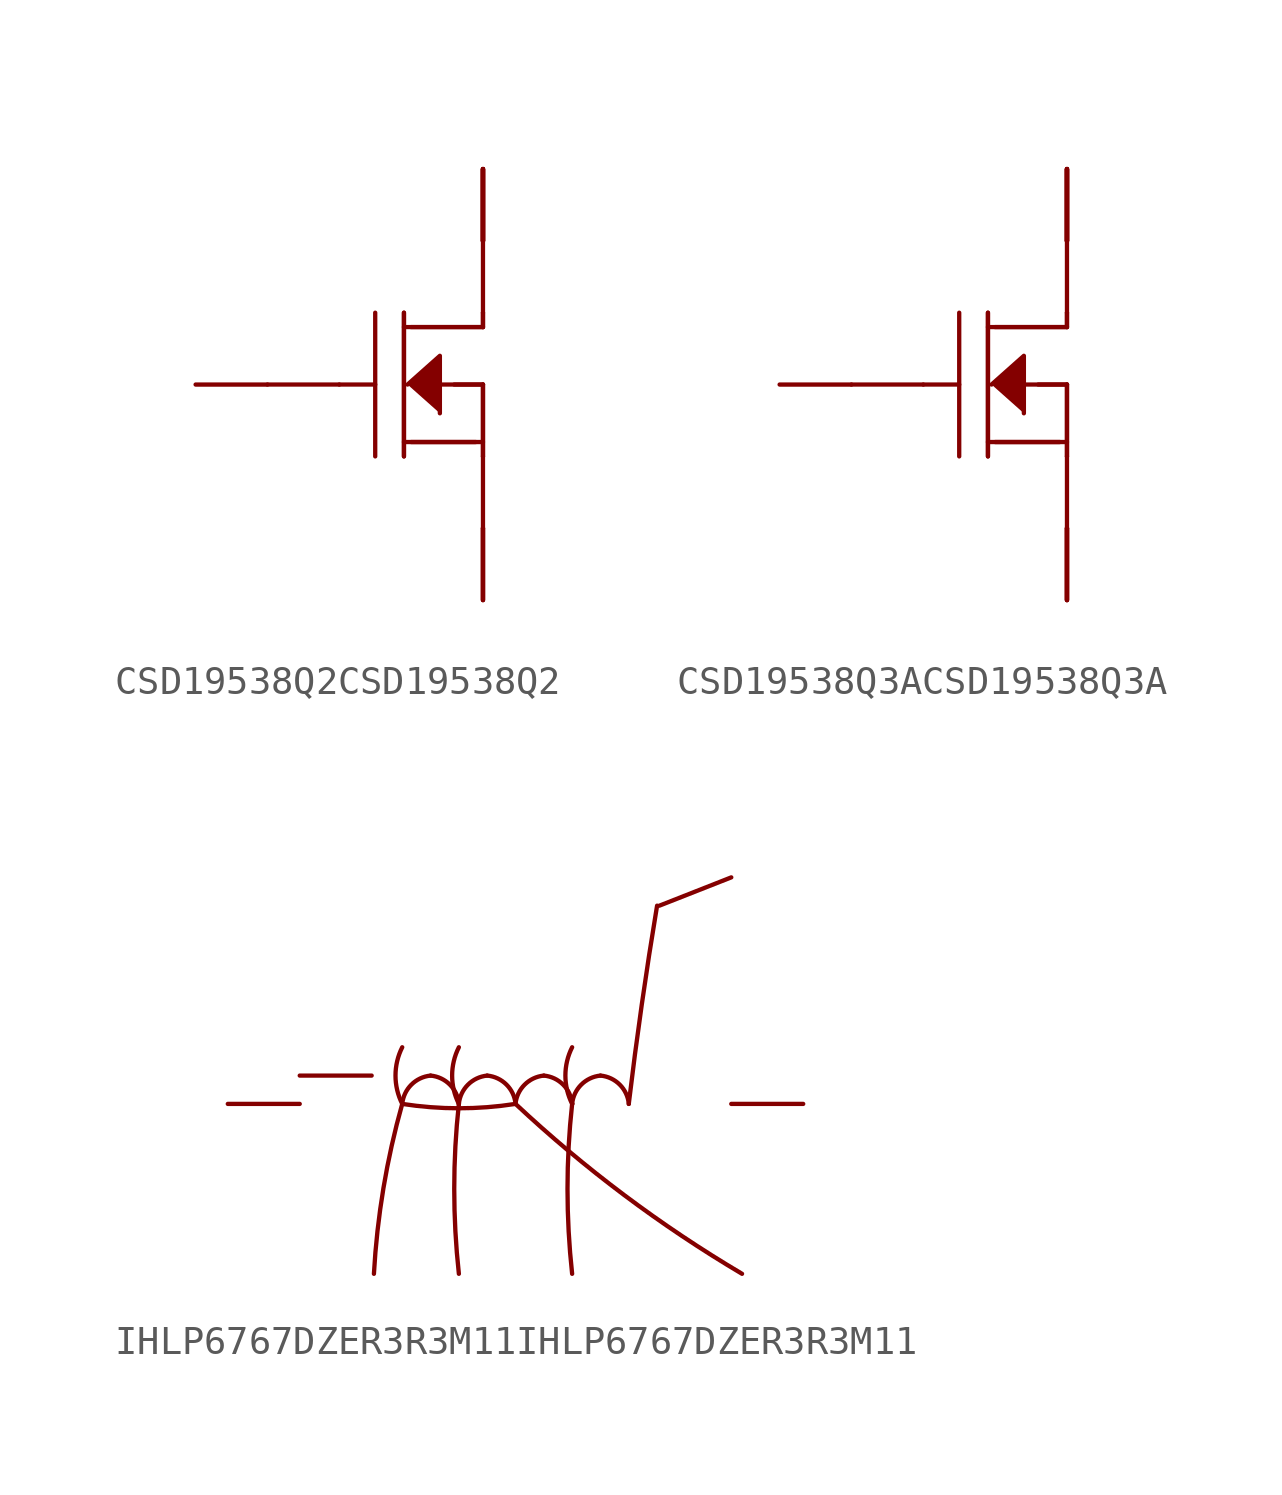
<source format=kicad_sym>
(kicad_symbol_lib
  (version 20220914)
  (generator kicad_symbol_editor)
  (symbol "CSD19538Q2CSD19538Q2"
    (property "Reference" ""
      (at -3.175 7.62 0)
      (effects (font (size 2 1.7)) hide))
    (property "Value" ""
      (at -3.81 5.08 0)
      (effects (font (size 2 1.7))))
    (property "ki_locked" ""
      (at 0 0 0)
      (effects (font (size 1.27 1.27))))
    (symbol "CSD19538Q2CSD19538Q2_1_0"
      (polyline (pts (xy -3.81 0) (xy -1.27 0)) (stroke (width 0.152) (type solid)) (fill (type none)))
      (polyline (pts (xy -1.27 0) (xy 0 0)) (stroke (width 0.152) (type solid)) (fill (type none)))
      (polyline (pts (xy 0 -2.54) (xy 0 2.54)) (stroke (width 0.152) (type solid)) (fill (type none)))
      (polyline (pts (xy 1.016 -2.032) (xy 3.81 -2.032)) (stroke (width 0.152) (type solid)) (fill (type none)))
      (polyline (pts (xy 1.016 2.54) (xy 1.016 -2.54)) (stroke (width 0.152) (type solid)) (fill (type none)))
      (polyline (pts (xy 1.016 2.54) (xy 1.016 -2.54)) (stroke (width 0.152) (type solid)) (fill (type none)))
      (polyline (pts (xy 1.27 -2.032) (xy 3.556 -2.032)) (stroke (width 0.152) (type solid)) (fill (type none)))
      (polyline (pts (xy 2.286 0) (xy 3.81 0)) (stroke (width 0.152) (type solid)) (fill (type none)))
      (polyline (pts (xy 2.794 0) (xy 3.81 0)) (stroke (width 0.152) (type solid)) (fill (type none)))
      (polyline (pts (xy 3.81 -7.62) (xy 3.81 -5.08)) (stroke (width 0.152) (type solid)) (fill (type none)))
      (polyline (pts (xy 3.81 -2.54) (xy 3.81 -5.08)) (stroke (width 0.152) (type solid)) (fill (type none)))
      (polyline (pts (xy 3.81 0) (xy 3.81 -2.54)) (stroke (width 0.152) (type solid)) (fill (type none)))
      (polyline (pts (xy 3.81 0) (xy 3.81 -2.54)) (stroke (width 0.152) (type solid)) (fill (type none)))
      (polyline (pts (xy 3.81 2.032) (xy 1.016 2.032)) (stroke (width 0.152) (type solid)) (fill (type none)))
      (polyline (pts (xy 3.81 2.032) (xy 1.27 2.032)) (stroke (width 0.152) (type solid)) (fill (type none)))
      (polyline (pts (xy 3.81 2.54) (xy 3.81 2.032)) (stroke (width 0.152) (type solid)) (fill (type none)))
      (polyline (pts (xy 3.81 2.54) (xy 3.81 2.032)) (stroke (width 0.152) (type solid)) (fill (type none)))
      (polyline (pts (xy 3.81 5.08) (xy 3.81 2.54)) (stroke (width 0.152) (type solid)) (fill (type none)))
      (polyline (pts (xy 3.81 7.62) (xy 3.81 5.08)) (stroke (width 0.152) (type solid)) (fill (type none)))
      (polyline (pts (xy 1.143 0) (xy 2.286 1.016) (xy 2.286 -1.016)) (stroke (width 0) (type solid)) (fill (type outline)))
      (pin passive line (at 3.81 7.62 270) (length 2.54) (name "Drain@1" (effects (font (size 0 0)))) (number "1" (effects (font (size 0 0)))))
      (pin passive line (at 3.81 7.62 270) (length 2.54) (name "Drain@2" (effects (font (size 0 0)))) (number "2" (effects (font (size 0 0)))))
      (pin passive line (at -3.81 0 180) (length 2.54) (name "Gate@6" (effects (font (size 0 0)))) (number "3" (effects (font (size 0 0)))))
      (pin passive line (at 3.81 -7.62 90) (length 2.54) (name "Source@7" (effects (font (size 0 0)))) (number "4" (effects (font (size 0 0)))))
      (pin passive line (at 3.81 7.62 270) (length 2.54) (name "Drain@3" (effects (font (size 0 0)))) (number "5" (effects (font (size 0 0)))))
      (pin passive line (at 3.81 7.62 270) (length 2.54) (name "Drain@4" (effects (font (size 0 0)))) (number "6" (effects (font (size 0 0)))))
      (pin passive line (at 3.81 -7.62 90) (length 2.54) (name "Source@8" (effects (font (size 0 0)))) (number "7" (effects (font (size 0 0)))))
      (pin passive line (at 3.81 7.62 270) (length 2.54) (name "Drain@5" (effects (font (size 0 0)))) (number "8" (effects (font (size 0 0)))))))
  (symbol "CSD19538Q3ACSD19538Q3A"
    (property "Reference" ""
      (at -3.175 7.62 0)
      (effects (font (size 2 1.7)) hide))
    (property "Value" ""
      (at -3.81 5.08 0)
      (effects (font (size 2 1.7))))
    (property "ki_locked" ""
      (at 0 0 0)
      (effects (font (size 1.27 1.27))))
    (symbol "CSD19538Q3ACSD19538Q3A_1_0"
      (polyline (pts (xy -3.81 0) (xy -1.27 0)) (stroke (width 0.152) (type solid)) (fill (type none)))
      (polyline (pts (xy -1.27 0) (xy 0 0)) (stroke (width 0.152) (type solid)) (fill (type none)))
      (polyline (pts (xy 0 -2.54) (xy 0 2.54)) (stroke (width 0.152) (type solid)) (fill (type none)))
      (polyline (pts (xy 1.016 -2.032) (xy 3.81 -2.032)) (stroke (width 0.152) (type solid)) (fill (type none)))
      (polyline (pts (xy 1.016 2.54) (xy 1.016 -2.54)) (stroke (width 0.152) (type solid)) (fill (type none)))
      (polyline (pts (xy 1.016 2.54) (xy 1.016 -2.54)) (stroke (width 0.152) (type solid)) (fill (type none)))
      (polyline (pts (xy 1.27 -2.032) (xy 3.556 -2.032)) (stroke (width 0.152) (type solid)) (fill (type none)))
      (polyline (pts (xy 2.286 0) (xy 3.81 0)) (stroke (width 0.152) (type solid)) (fill (type none)))
      (polyline (pts (xy 2.794 0) (xy 3.81 0)) (stroke (width 0.152) (type solid)) (fill (type none)))
      (polyline (pts (xy 3.81 -7.62) (xy 3.81 -5.08)) (stroke (width 0.152) (type solid)) (fill (type none)))
      (polyline (pts (xy 3.81 -2.54) (xy 3.81 -5.08)) (stroke (width 0.152) (type solid)) (fill (type none)))
      (polyline (pts (xy 3.81 0) (xy 3.81 -2.54)) (stroke (width 0.152) (type solid)) (fill (type none)))
      (polyline (pts (xy 3.81 0) (xy 3.81 -2.54)) (stroke (width 0.152) (type solid)) (fill (type none)))
      (polyline (pts (xy 3.81 2.032) (xy 1.016 2.032)) (stroke (width 0.152) (type solid)) (fill (type none)))
      (polyline (pts (xy 3.81 2.032) (xy 1.27 2.032)) (stroke (width 0.152) (type solid)) (fill (type none)))
      (polyline (pts (xy 3.81 2.54) (xy 3.81 2.032)) (stroke (width 0.152) (type solid)) (fill (type none)))
      (polyline (pts (xy 3.81 2.54) (xy 3.81 2.032)) (stroke (width 0.152) (type solid)) (fill (type none)))
      (polyline (pts (xy 3.81 5.08) (xy 3.81 2.54)) (stroke (width 0.152) (type solid)) (fill (type none)))
      (polyline (pts (xy 3.81 7.62) (xy 3.81 5.08)) (stroke (width 0.152) (type solid)) (fill (type none)))
      (polyline (pts (xy 1.143 0) (xy 2.286 1.016) (xy 2.286 -1.016)) (stroke (width 0) (type solid)) (fill (type outline)))
      (pin passive line (at 3.81 -7.62 90) (length 2.54) (name "Source@7" (effects (font (size 0 0)))) (number "1" (effects (font (size 0 0)))))
      (pin passive line (at 3.81 -7.62 90) (length 2.54) (name "Source@8" (effects (font (size 0 0)))) (number "2" (effects (font (size 0 0)))))
      (pin passive line (at 3.81 -7.62 90) (length 2.54) (name "Source@9" (effects (font (size 0 0)))) (number "3" (effects (font (size 0 0)))))
      (pin passive line (at -3.81 0 180) (length 2.54) (name "Gate@6" (effects (font (size 0 0)))) (number "4" (effects (font (size 0 0)))))
      (pin passive line (at 3.81 7.62 270) (length 2.54) (name "Drain@1" (effects (font (size 0 0)))) (number "5" (effects (font (size 0 0)))))
      (pin passive line (at 3.81 7.62 270) (length 2.54) (name "Drain@2" (effects (font (size 0 0)))) (number "6" (effects (font (size 0 0)))))
      (pin passive line (at 3.81 7.62 270) (length 2.54) (name "Drain@3" (effects (font (size 0 0)))) (number "7" (effects (font (size 0 0)))))
      (pin passive line (at 3.81 7.62 270) (length 2.54) (name "Drain@4" (effects (font (size 0 0)))) (number "8" (effects (font (size 0 0)))))
      (pin passive line (at 3.81 7.62 270) (length 2.54) (name "Drain@5" (effects (font (size 0 0)))) (number "9" (effects (font (size 0 0)))))))
  (symbol "IHLP6767DZER3R3M11IHLP6767DZER3R3M11"
    (property "Reference" ""
      (at 0 5.715 0)
      (effects (font (size 2 1.7)) hide))
    (property "Value" ""
      (at 0 3.175 0)
      (effects (font (size 2 1.7))))
    (property "ki_locked" ""
      (at 0 0 0)
      (effects (font (size 1.27 1.27))))
    (symbol "IHLP6767DZER3R3M11IHLP6767DZER3R3M11_1_0"
      (arc (start -4 0) (mid -4.6635 -2.9728) (end -5 -6) (stroke (width 0.1524) (type solid)) (fill (type none)))
      (arc (start -3.9999 0) (mid -2 -0.1545) (end 0 0) (stroke (width 0.1524) (type solid)) (fill (type none)))
      (arc (start -4 1.9999) (mid -4.2376 0.9999) (end -3.9999 0) (stroke (width 0.1524) (type solid)) (fill (type none)))
      (arc (start -3 0.9999) (mid -3.6785 0.6786) (end -3.9998 0.0001) (stroke (width 0.1524) (type solid)) (fill (type none)))
      (arc (start -2 0) (mid -2.3191 0.6808) (end -2.9998 1) (stroke (width 0.1524) (type solid)) (fill (type none)))
      (arc (start -2 0) (mid -2.1634 -3) (end -1.9999 -5.9999) (stroke (width 0.1524) (type solid)) (fill (type none)))
      (arc (start -2 2) (mid -2.2376 1) (end -2 -0.0001) (stroke (width 0.1524) (type solid)) (fill (type none)))
      (arc (start -0.9999 0.9999) (mid -1.6784 0.6786) (end -1.9999 0.0001) (stroke (width 0.1524) (type solid)) (fill (type none)))
      (arc (start 0 0) (mid -0.3191 0.6808) (end -0.9998 1) (stroke (width 0.1524) (type solid)) (fill (type none)))
      (polyline (pts (xy -7.62 1) (xy -5.08 1)) (stroke (width 0.152) (type solid)) (fill (type none)))
      (polyline (pts (xy 5.08 7) (xy 7.62 8)) (stroke (width 0.152) (type solid)) (fill (type none)))
      (arc (start 0 0) (mid 3.8365 -3.218) (end 7.9999 -6) (stroke (width 0.1524) (type solid)) (fill (type none)))
      (arc (start 1 0.9999) (mid 0.3215 0.6786) (end 0 0.0001) (stroke (width 0.1524) (type solid)) (fill (type none)))
      (arc (start 1.9999 0) (mid 1.6808 0.6808) (end 1.0001 1) (stroke (width 0.1524) (type solid)) (fill (type none)))
      (arc (start 2 0) (mid 1.8365 -3) (end 1.9999 -6) (stroke (width 0.1524) (type solid)) (fill (type none)))
      (arc (start 1.9999 0) (mid 1.9999 0) (end 2 0) (stroke (width 0.1524) (type solid)) (fill (type none)))
      (arc (start 2 1.9999) (mid 1.7624 1) (end 2 0) (stroke (width 0.1524) (type solid)) (fill (type none)))
      (arc (start 3 0.9999) (mid 2.3215 0.6786) (end 2 0.0001) (stroke (width 0.1524) (type solid)) (fill (type none)))
      (arc (start 3.9999 0) (mid 3.6808 0.6808) (end 3.0001 1) (stroke (width 0.1524) (type solid)) (fill (type none)))
      (arc (start 4.9999 7) (mid 4.4589 3.5059) (end 3.9999 0) (stroke (width 0.1524) (type solid)) (fill (type none)))
      (pin passive line (at -7.62 0 180) (length 2.54) (name "1@1" (effects (font (size 0 0)))) (number "1" (effects (font (size 0 0)))))
      (pin passive line (at 7.62 0 0) (length 2.54) (name "2@2" (effects (font (size 0 0)))) (number "2" (effects (font (size 0 0))))))))
</source>
